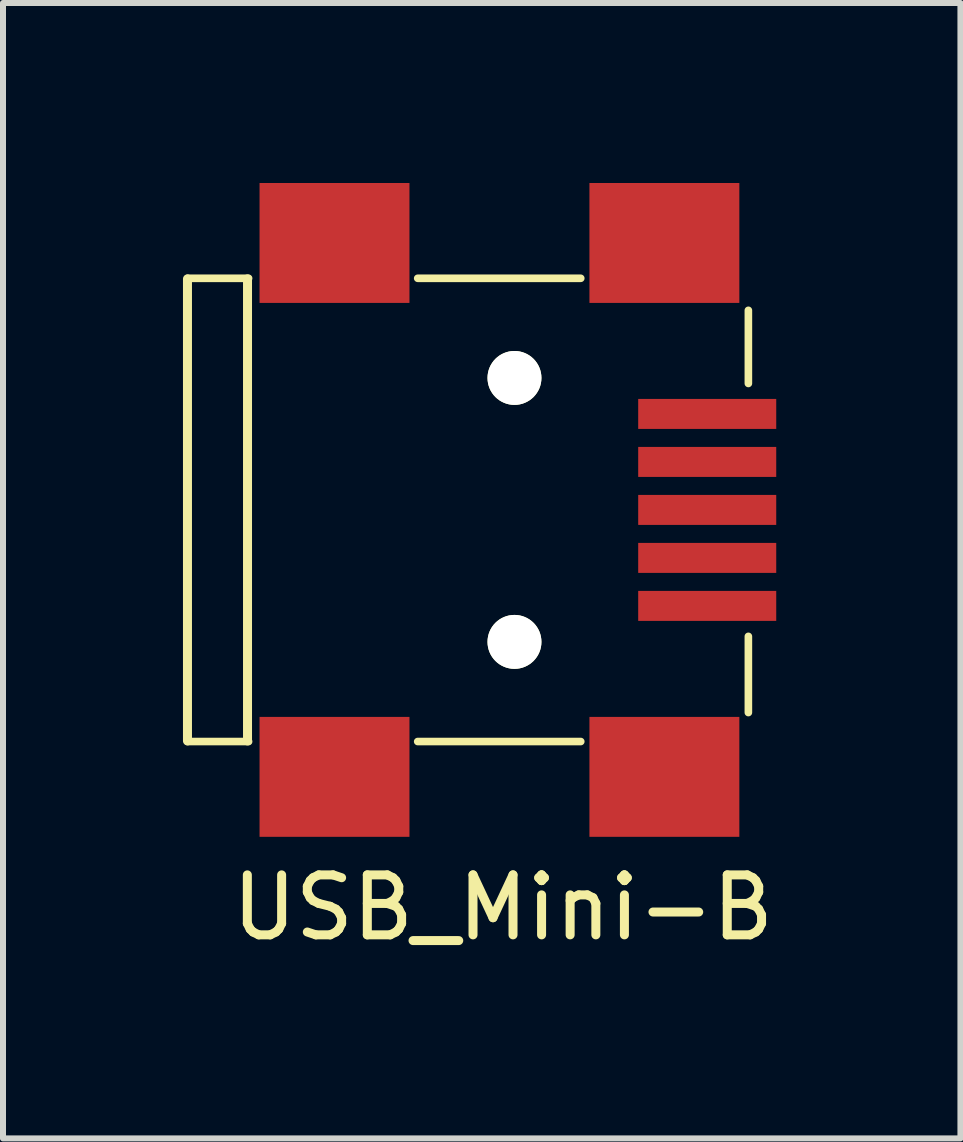
<source format=kicad_pcb>
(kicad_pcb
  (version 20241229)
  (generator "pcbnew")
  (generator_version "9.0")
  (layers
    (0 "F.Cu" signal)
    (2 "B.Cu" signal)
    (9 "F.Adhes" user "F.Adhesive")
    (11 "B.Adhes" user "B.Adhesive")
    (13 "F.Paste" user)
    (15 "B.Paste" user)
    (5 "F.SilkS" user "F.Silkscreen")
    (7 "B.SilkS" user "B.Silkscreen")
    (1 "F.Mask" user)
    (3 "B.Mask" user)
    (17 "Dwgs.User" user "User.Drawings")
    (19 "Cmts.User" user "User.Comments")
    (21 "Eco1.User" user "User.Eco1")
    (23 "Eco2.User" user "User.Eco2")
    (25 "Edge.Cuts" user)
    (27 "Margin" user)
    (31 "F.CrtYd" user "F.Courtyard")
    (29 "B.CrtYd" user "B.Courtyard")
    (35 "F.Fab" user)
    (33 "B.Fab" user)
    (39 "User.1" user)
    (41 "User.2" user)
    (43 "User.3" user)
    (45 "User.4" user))
  (footprint "USB_Mini-B"
    (layer "F.Cu")
    (at 4.675 5.45)
    (property "Reference" "USB_Mini-B" (at 0.66 6.629 0) (layer "F.SilkS") (effects (font (size 1 1) (thickness 0.15))))
    (attr smd)
    (fp_line (start -4.6 -3.851) (end -4.6 3.851) (stroke (width 0.15) (type solid)) (layer "F.SilkS"))
    (fp_line (start -4.597 -3.861) (end -3.581 -3.861) (stroke (width 0.127) (type solid)) (layer "F.SilkS"))
    (fp_line (start -4.597 3.861) (end -3.581 3.861) (stroke (width 0.127) (type solid)) (layer "F.SilkS"))
    (fp_line (start -3.599 -3.851) (end -3.599 3.851) (stroke (width 0.15) (type solid)) (layer "F.SilkS"))
    (fp_line (start -0.762 -3.861) (end 1.956 -3.861) (stroke (width 0.127) (type solid)) (layer "F.SilkS"))
    (fp_line (start -0.762 3.861) (end 1.956 3.861) (stroke (width 0.127) (type solid)) (layer "F.SilkS"))
    (fp_line (start 4.75 -3.327) (end 4.75 -2.108) (stroke (width 0.127) (type solid)) (layer "F.SilkS"))
    (fp_line (start 4.75 2.108) (end 4.75 3.378) (stroke (width 0.127) (type solid)) (layer "F.SilkS"))
    (pad "" np_thru_hole circle (at 0.851 -2.2) (size 0.899 0.899) (drill 0.899) (layers "*.Cu" "*.Mask" "F.SilkS"))
    (pad "" np_thru_hole circle (at 0.851 2.2) (size 0.899 0.899) (drill 0.899) (layers "*.Cu" "*.Mask" "F.SilkS"))
    (pad "1" smd rect (at 4.064 -1.6) (size 2.301 0.5) (layers "F.Cu" "F.Mask" "F.Paste"))
    (pad "2" smd rect (at 4.064 -0.8) (size 2.301 0.5) (layers "F.Cu" "F.Mask" "F.Paste"))
    (pad "3" smd rect (at 4.064 0) (size 2.301 0.5) (layers "F.Cu" "F.Mask" "F.Paste"))
    (pad "4" smd rect (at 4.064 0.8) (size 2.301 0.5) (layers "F.Cu" "F.Mask" "F.Paste"))
    (pad "5" smd rect (at 4.064 1.6) (size 2.301 0.5) (layers "F.Cu" "F.Mask" "F.Paste"))
    (pad "6" smd rect (at 3.35 -4.45) (size 2.499 1.999) (layers "F.Cu" "F.Mask" "F.Paste"))
    (pad "7" smd rect (at -2.149 -4.45) (size 2.499 1.999) (layers "F.Cu" "F.Mask" "F.Paste"))
    (pad "8" smd rect (at 3.35 4.45) (size 2.499 1.999) (layers "F.Cu" "F.Mask" "F.Paste"))
    (pad "9" smd rect (at -2.149 4.45) (size 2.499 1.999) (layers "F.Cu" "F.Mask" "F.Paste")))
  (gr_rect
    (start -3 -3)
    (end 12.96 15.927)
    (stroke (width 0.1) (type default))
    (fill no)
    (layer "Edge.Cuts")))
</source>
